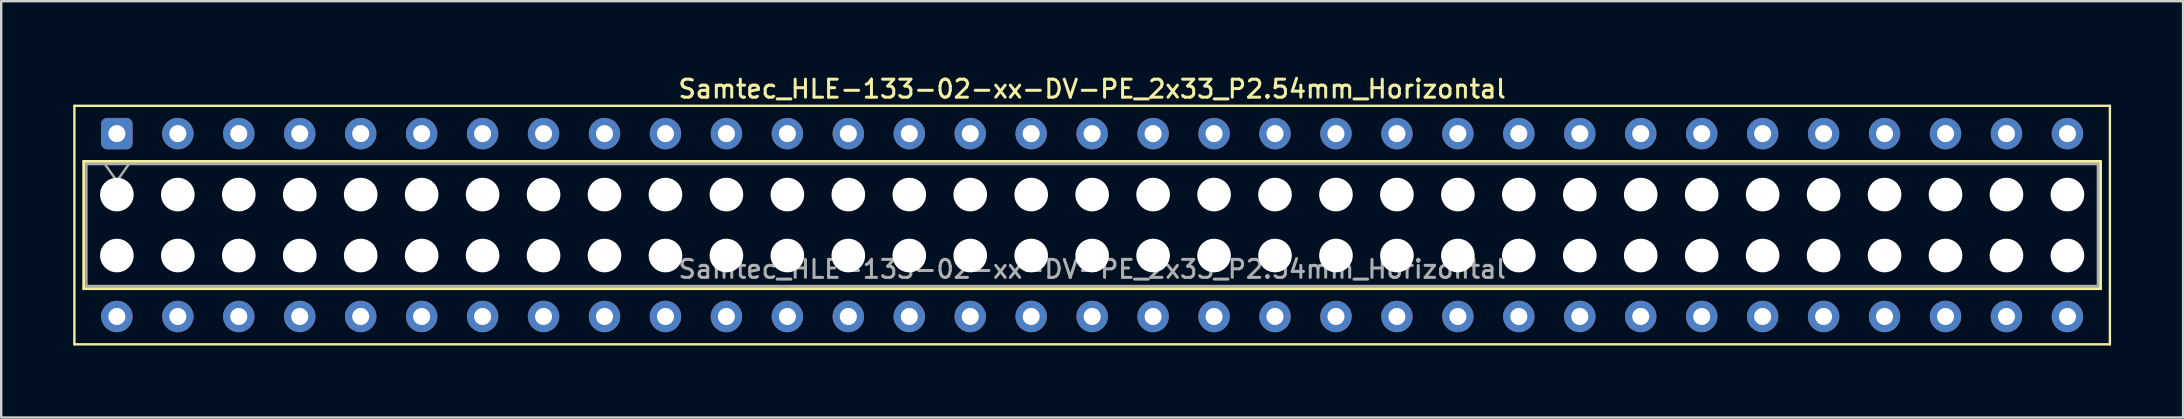
<source format=kicad_pcb>
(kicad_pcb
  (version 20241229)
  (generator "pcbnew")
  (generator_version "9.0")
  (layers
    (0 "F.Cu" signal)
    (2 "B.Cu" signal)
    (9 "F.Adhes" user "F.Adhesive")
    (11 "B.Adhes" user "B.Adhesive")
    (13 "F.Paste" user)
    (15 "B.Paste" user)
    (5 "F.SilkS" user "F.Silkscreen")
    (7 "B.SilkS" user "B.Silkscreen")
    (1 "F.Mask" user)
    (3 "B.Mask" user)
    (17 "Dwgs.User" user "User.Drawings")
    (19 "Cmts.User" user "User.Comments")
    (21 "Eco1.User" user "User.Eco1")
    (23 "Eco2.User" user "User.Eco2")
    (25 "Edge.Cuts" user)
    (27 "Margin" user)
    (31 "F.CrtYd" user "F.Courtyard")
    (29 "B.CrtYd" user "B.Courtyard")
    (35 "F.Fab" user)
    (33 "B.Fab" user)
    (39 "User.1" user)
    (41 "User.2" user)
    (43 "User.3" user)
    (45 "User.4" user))
  (footprint "Samtec_HLE-133-02-xx-DV-PE_2x33_P2.54mm_Horizontal"
    (layer "F.Cu")
    (at 1.82 2.518)
    (property "Reference" "Samtec_HLE-133-02-xx-DV-PE_2x33_P2.54mm_Horizontal" (at 40.64 -1.86 0) (layer "F.SilkS") (effects (font (size 0.75 0.75) (thickness 0.125))))
    (attr through_hole)
    (fp_line (start -1.77 -1.16) (end 83.05 -1.16) (stroke (width 0.1) (type solid)) (layer "F.SilkS"))
    (fp_line (start -1.77 8.78) (end -1.77 -1.16) (stroke (width 0.1) (type solid)) (layer "F.SilkS"))
    (fp_line (start -1.38 1.16) (end 82.66 1.16) (stroke (width 0.12) (type solid)) (layer "F.SilkS"))
    (fp_line (start -1.38 6.46) (end -1.38 1.16) (stroke (width 0.12) (type solid)) (layer "F.SilkS"))
    (fp_line (start 82.66 1.16) (end 82.66 6.46) (stroke (width 0.12) (type solid)) (layer "F.SilkS"))
    (fp_line (start 82.66 6.46) (end -1.38 6.46) (stroke (width 0.12) (type solid)) (layer "F.SilkS"))
    (fp_line (start 83.05 -1.16) (end 83.05 8.78) (stroke (width 0.1) (type solid)) (layer "F.SilkS"))
    (fp_line (start 83.05 8.78) (end -1.77 8.78) (stroke (width 0.1) (type solid)) (layer "F.SilkS"))
    (fp_line (start -1.27 1.27) (end 82.55 1.27) (stroke (width 0.1) (type solid)) (layer "F.Fab"))
    (fp_line (start -1.27 6.35) (end -1.27 1.27) (stroke (width 0.1) (type solid)) (layer "F.Fab"))
    (fp_line (start -0.5 1.27) (end 0 1.977) (stroke (width 0.1) (type solid)) (layer "F.Fab"))
    (fp_line (start 0 1.977) (end 0.5 1.27) (stroke (width 0.1) (type solid)) (layer "F.Fab"))
    (fp_line (start 82.55 1.27) (end 82.55 6.35) (stroke (width 0.1) (type solid)) (layer "F.Fab"))
    (fp_line (start 82.55 6.35) (end -1.27 6.35) (stroke (width 0.1) (type solid)) (layer "F.Fab"))
    (fp_text user "${REFERENCE}" (at 40.64 5.65 0) (layer "F.Fab") (effects (font (size 0.75 0.75) (thickness 0.125))))
    (pad "" np_thru_hole circle (at 0 2.54) (size 1.4 1.4) (drill 1.4) (layers "*.Cu" "*.Mask"))
    (pad "" np_thru_hole circle (at 0 5.08) (size 1.4 1.4) (drill 1.4) (layers "*.Cu" "*.Mask"))
    (pad "" np_thru_hole circle (at 2.54 2.54) (size 1.4 1.4) (drill 1.4) (layers "*.Cu" "*.Mask"))
    (pad "" np_thru_hole circle (at 2.54 5.08) (size 1.4 1.4) (drill 1.4) (layers "*.Cu" "*.Mask"))
    (pad "" np_thru_hole circle (at 5.08 2.54) (size 1.4 1.4) (drill 1.4) (layers "*.Cu" "*.Mask"))
    (pad "" np_thru_hole circle (at 5.08 5.08) (size 1.4 1.4) (drill 1.4) (layers "*.Cu" "*.Mask"))
    (pad "" np_thru_hole circle (at 7.62 2.54) (size 1.4 1.4) (drill 1.4) (layers "*.Cu" "*.Mask"))
    (pad "" np_thru_hole circle (at 7.62 5.08) (size 1.4 1.4) (drill 1.4) (layers "*.Cu" "*.Mask"))
    (pad "" np_thru_hole circle (at 10.16 2.54) (size 1.4 1.4) (drill 1.4) (layers "*.Cu" "*.Mask"))
    (pad "" np_thru_hole circle (at 10.16 5.08) (size 1.4 1.4) (drill 1.4) (layers "*.Cu" "*.Mask"))
    (pad "" np_thru_hole circle (at 12.7 2.54) (size 1.4 1.4) (drill 1.4) (layers "*.Cu" "*.Mask"))
    (pad "" np_thru_hole circle (at 12.7 5.08) (size 1.4 1.4) (drill 1.4) (layers "*.Cu" "*.Mask"))
    (pad "" np_thru_hole circle (at 15.24 2.54) (size 1.4 1.4) (drill 1.4) (layers "*.Cu" "*.Mask"))
    (pad "" np_thru_hole circle (at 15.24 5.08) (size 1.4 1.4) (drill 1.4) (layers "*.Cu" "*.Mask"))
    (pad "" np_thru_hole circle (at 17.78 2.54) (size 1.4 1.4) (drill 1.4) (layers "*.Cu" "*.Mask"))
    (pad "" np_thru_hole circle (at 17.78 5.08) (size 1.4 1.4) (drill 1.4) (layers "*.Cu" "*.Mask"))
    (pad "" np_thru_hole circle (at 20.32 2.54) (size 1.4 1.4) (drill 1.4) (layers "*.Cu" "*.Mask"))
    (pad "" np_thru_hole circle (at 20.32 5.08) (size 1.4 1.4) (drill 1.4) (layers "*.Cu" "*.Mask"))
    (pad "" np_thru_hole circle (at 22.86 2.54) (size 1.4 1.4) (drill 1.4) (layers "*.Cu" "*.Mask"))
    (pad "" np_thru_hole circle (at 22.86 5.08) (size 1.4 1.4) (drill 1.4) (layers "*.Cu" "*.Mask"))
    (pad "" np_thru_hole circle (at 25.4 2.54) (size 1.4 1.4) (drill 1.4) (layers "*.Cu" "*.Mask"))
    (pad "" np_thru_hole circle (at 25.4 5.08) (size 1.4 1.4) (drill 1.4) (layers "*.Cu" "*.Mask"))
    (pad "" np_thru_hole circle (at 27.94 2.54) (size 1.4 1.4) (drill 1.4) (layers "*.Cu" "*.Mask"))
    (pad "" np_thru_hole circle (at 27.94 5.08) (size 1.4 1.4) (drill 1.4) (layers "*.Cu" "*.Mask"))
    (pad "" np_thru_hole circle (at 30.48 2.54) (size 1.4 1.4) (drill 1.4) (layers "*.Cu" "*.Mask"))
    (pad "" np_thru_hole circle (at 30.48 5.08) (size 1.4 1.4) (drill 1.4) (layers "*.Cu" "*.Mask"))
    (pad "" np_thru_hole circle (at 33.02 2.54) (size 1.4 1.4) (drill 1.4) (layers "*.Cu" "*.Mask"))
    (pad "" np_thru_hole circle (at 33.02 5.08) (size 1.4 1.4) (drill 1.4) (layers "*.Cu" "*.Mask"))
    (pad "" np_thru_hole circle (at 35.56 2.54) (size 1.4 1.4) (drill 1.4) (layers "*.Cu" "*.Mask"))
    (pad "" np_thru_hole circle (at 35.56 5.08) (size 1.4 1.4) (drill 1.4) (layers "*.Cu" "*.Mask"))
    (pad "" np_thru_hole circle (at 38.1 2.54) (size 1.4 1.4) (drill 1.4) (layers "*.Cu" "*.Mask"))
    (pad "" np_thru_hole circle (at 38.1 5.08) (size 1.4 1.4) (drill 1.4) (layers "*.Cu" "*.Mask"))
    (pad "" np_thru_hole circle (at 40.64 2.54) (size 1.4 1.4) (drill 1.4) (layers "*.Cu" "*.Mask"))
    (pad "" np_thru_hole circle (at 40.64 5.08) (size 1.4 1.4) (drill 1.4) (layers "*.Cu" "*.Mask"))
    (pad "" np_thru_hole circle (at 43.18 2.54) (size 1.4 1.4) (drill 1.4) (layers "*.Cu" "*.Mask"))
    (pad "" np_thru_hole circle (at 43.18 5.08) (size 1.4 1.4) (drill 1.4) (layers "*.Cu" "*.Mask"))
    (pad "" np_thru_hole circle (at 45.72 2.54) (size 1.4 1.4) (drill 1.4) (layers "*.Cu" "*.Mask"))
    (pad "" np_thru_hole circle (at 45.72 5.08) (size 1.4 1.4) (drill 1.4) (layers "*.Cu" "*.Mask"))
    (pad "" np_thru_hole circle (at 48.26 2.54) (size 1.4 1.4) (drill 1.4) (layers "*.Cu" "*.Mask"))
    (pad "" np_thru_hole circle (at 48.26 5.08) (size 1.4 1.4) (drill 1.4) (layers "*.Cu" "*.Mask"))
    (pad "" np_thru_hole circle (at 50.8 2.54) (size 1.4 1.4) (drill 1.4) (layers "*.Cu" "*.Mask"))
    (pad "" np_thru_hole circle (at 50.8 5.08) (size 1.4 1.4) (drill 1.4) (layers "*.Cu" "*.Mask"))
    (pad "" np_thru_hole circle (at 53.34 2.54) (size 1.4 1.4) (drill 1.4) (layers "*.Cu" "*.Mask"))
    (pad "" np_thru_hole circle (at 53.34 5.08) (size 1.4 1.4) (drill 1.4) (layers "*.Cu" "*.Mask"))
    (pad "" np_thru_hole circle (at 55.88 2.54) (size 1.4 1.4) (drill 1.4) (layers "*.Cu" "*.Mask"))
    (pad "" np_thru_hole circle (at 55.88 5.08) (size 1.4 1.4) (drill 1.4) (layers "*.Cu" "*.Mask"))
    (pad "" np_thru_hole circle (at 58.42 2.54) (size 1.4 1.4) (drill 1.4) (layers "*.Cu" "*.Mask"))
    (pad "" np_thru_hole circle (at 58.42 5.08) (size 1.4 1.4) (drill 1.4) (layers "*.Cu" "*.Mask"))
    (pad "" np_thru_hole circle (at 60.96 2.54) (size 1.4 1.4) (drill 1.4) (layers "*.Cu" "*.Mask"))
    (pad "" np_thru_hole circle (at 60.96 5.08) (size 1.4 1.4) (drill 1.4) (layers "*.Cu" "*.Mask"))
    (pad "" np_thru_hole circle (at 63.5 2.54) (size 1.4 1.4) (drill 1.4) (layers "*.Cu" "*.Mask"))
    (pad "" np_thru_hole circle (at 63.5 5.08) (size 1.4 1.4) (drill 1.4) (layers "*.Cu" "*.Mask"))
    (pad "" np_thru_hole circle (at 66.04 2.54) (size 1.4 1.4) (drill 1.4) (layers "*.Cu" "*.Mask"))
    (pad "" np_thru_hole circle (at 66.04 5.08) (size 1.4 1.4) (drill 1.4) (layers "*.Cu" "*.Mask"))
    (pad "" np_thru_hole circle (at 68.58 2.54) (size 1.4 1.4) (drill 1.4) (layers "*.Cu" "*.Mask"))
    (pad "" np_thru_hole circle (at 68.58 5.08) (size 1.4 1.4) (drill 1.4) (layers "*.Cu" "*.Mask"))
    (pad "" np_thru_hole circle (at 71.12 2.54) (size 1.4 1.4) (drill 1.4) (layers "*.Cu" "*.Mask"))
    (pad "" np_thru_hole circle (at 71.12 5.08) (size 1.4 1.4) (drill 1.4) (layers "*.Cu" "*.Mask"))
    (pad "" np_thru_hole circle (at 73.66 2.54) (size 1.4 1.4) (drill 1.4) (layers "*.Cu" "*.Mask"))
    (pad "" np_thru_hole circle (at 73.66 5.08) (size 1.4 1.4) (drill 1.4) (layers "*.Cu" "*.Mask"))
    (pad "" np_thru_hole circle (at 76.2 2.54) (size 1.4 1.4) (drill 1.4) (layers "*.Cu" "*.Mask"))
    (pad "" np_thru_hole circle (at 76.2 5.08) (size 1.4 1.4) (drill 1.4) (layers "*.Cu" "*.Mask"))
    (pad "" np_thru_hole circle (at 78.74 2.54) (size 1.4 1.4) (drill 1.4) (layers "*.Cu" "*.Mask"))
    (pad "" np_thru_hole circle (at 78.74 5.08) (size 1.4 1.4) (drill 1.4) (layers "*.Cu" "*.Mask"))
    (pad "" np_thru_hole circle (at 81.28 2.54) (size 1.4 1.4) (drill 1.4) (layers "*.Cu" "*.Mask"))
    (pad "" np_thru_hole circle (at 81.28 5.08) (size 1.4 1.4) (drill 1.4) (layers "*.Cu" "*.Mask"))
    (pad "1" thru_hole roundrect (at 0 0) (size 1.31 1.31) (drill 0.71) (layers "*.Cu" "*.Mask") (roundrect_rratio 0.191))
    (pad "2" thru_hole circle (at 0 7.62) (size 1.31 1.31) (drill 0.71) (layers "*.Cu" "*.Mask"))
    (pad "3" thru_hole circle (at 2.54 0) (size 1.31 1.31) (drill 0.71) (layers "*.Cu" "*.Mask"))
    (pad "4" thru_hole circle (at 2.54 7.62) (size 1.31 1.31) (drill 0.71) (layers "*.Cu" "*.Mask"))
    (pad "5" thru_hole circle (at 5.08 0) (size 1.31 1.31) (drill 0.71) (layers "*.Cu" "*.Mask"))
    (pad "6" thru_hole circle (at 5.08 7.62) (size 1.31 1.31) (drill 0.71) (layers "*.Cu" "*.Mask"))
    (pad "7" thru_hole circle (at 7.62 0) (size 1.31 1.31) (drill 0.71) (layers "*.Cu" "*.Mask"))
    (pad "8" thru_hole circle (at 7.62 7.62) (size 1.31 1.31) (drill 0.71) (layers "*.Cu" "*.Mask"))
    (pad "9" thru_hole circle (at 10.16 0) (size 1.31 1.31) (drill 0.71) (layers "*.Cu" "*.Mask"))
    (pad "10" thru_hole circle (at 10.16 7.62) (size 1.31 1.31) (drill 0.71) (layers "*.Cu" "*.Mask"))
    (pad "11" thru_hole circle (at 12.7 0) (size 1.31 1.31) (drill 0.71) (layers "*.Cu" "*.Mask"))
    (pad "12" thru_hole circle (at 12.7 7.62) (size 1.31 1.31) (drill 0.71) (layers "*.Cu" "*.Mask"))
    (pad "13" thru_hole circle (at 15.24 0) (size 1.31 1.31) (drill 0.71) (layers "*.Cu" "*.Mask"))
    (pad "14" thru_hole circle (at 15.24 7.62) (size 1.31 1.31) (drill 0.71) (layers "*.Cu" "*.Mask"))
    (pad "15" thru_hole circle (at 17.78 0) (size 1.31 1.31) (drill 0.71) (layers "*.Cu" "*.Mask"))
    (pad "16" thru_hole circle (at 17.78 7.62) (size 1.31 1.31) (drill 0.71) (layers "*.Cu" "*.Mask"))
    (pad "17" thru_hole circle (at 20.32 0) (size 1.31 1.31) (drill 0.71) (layers "*.Cu" "*.Mask"))
    (pad "18" thru_hole circle (at 20.32 7.62) (size 1.31 1.31) (drill 0.71) (layers "*.Cu" "*.Mask"))
    (pad "19" thru_hole circle (at 22.86 0) (size 1.31 1.31) (drill 0.71) (layers "*.Cu" "*.Mask"))
    (pad "20" thru_hole circle (at 22.86 7.62) (size 1.31 1.31) (drill 0.71) (layers "*.Cu" "*.Mask"))
    (pad "21" thru_hole circle (at 25.4 0) (size 1.31 1.31) (drill 0.71) (layers "*.Cu" "*.Mask"))
    (pad "22" thru_hole circle (at 25.4 7.62) (size 1.31 1.31) (drill 0.71) (layers "*.Cu" "*.Mask"))
    (pad "23" thru_hole circle (at 27.94 0) (size 1.31 1.31) (drill 0.71) (layers "*.Cu" "*.Mask"))
    (pad "24" thru_hole circle (at 27.94 7.62) (size 1.31 1.31) (drill 0.71) (layers "*.Cu" "*.Mask"))
    (pad "25" thru_hole circle (at 30.48 0) (size 1.31 1.31) (drill 0.71) (layers "*.Cu" "*.Mask"))
    (pad "26" thru_hole circle (at 30.48 7.62) (size 1.31 1.31) (drill 0.71) (layers "*.Cu" "*.Mask"))
    (pad "27" thru_hole circle (at 33.02 0) (size 1.31 1.31) (drill 0.71) (layers "*.Cu" "*.Mask"))
    (pad "28" thru_hole circle (at 33.02 7.62) (size 1.31 1.31) (drill 0.71) (layers "*.Cu" "*.Mask"))
    (pad "29" thru_hole circle (at 35.56 0) (size 1.31 1.31) (drill 0.71) (layers "*.Cu" "*.Mask"))
    (pad "30" thru_hole circle (at 35.56 7.62) (size 1.31 1.31) (drill 0.71) (layers "*.Cu" "*.Mask"))
    (pad "31" thru_hole circle (at 38.1 0) (size 1.31 1.31) (drill 0.71) (layers "*.Cu" "*.Mask"))
    (pad "32" thru_hole circle (at 38.1 7.62) (size 1.31 1.31) (drill 0.71) (layers "*.Cu" "*.Mask"))
    (pad "33" thru_hole circle (at 40.64 0) (size 1.31 1.31) (drill 0.71) (layers "*.Cu" "*.Mask"))
    (pad "34" thru_hole circle (at 40.64 7.62) (size 1.31 1.31) (drill 0.71) (layers "*.Cu" "*.Mask"))
    (pad "35" thru_hole circle (at 43.18 0) (size 1.31 1.31) (drill 0.71) (layers "*.Cu" "*.Mask"))
    (pad "36" thru_hole circle (at 43.18 7.62) (size 1.31 1.31) (drill 0.71) (layers "*.Cu" "*.Mask"))
    (pad "37" thru_hole circle (at 45.72 0) (size 1.31 1.31) (drill 0.71) (layers "*.Cu" "*.Mask"))
    (pad "38" thru_hole circle (at 45.72 7.62) (size 1.31 1.31) (drill 0.71) (layers "*.Cu" "*.Mask"))
    (pad "39" thru_hole circle (at 48.26 0) (size 1.31 1.31) (drill 0.71) (layers "*.Cu" "*.Mask"))
    (pad "40" thru_hole circle (at 48.26 7.62) (size 1.31 1.31) (drill 0.71) (layers "*.Cu" "*.Mask"))
    (pad "41" thru_hole circle (at 50.8 0) (size 1.31 1.31) (drill 0.71) (layers "*.Cu" "*.Mask"))
    (pad "42" thru_hole circle (at 50.8 7.62) (size 1.31 1.31) (drill 0.71) (layers "*.Cu" "*.Mask"))
    (pad "43" thru_hole circle (at 53.34 0) (size 1.31 1.31) (drill 0.71) (layers "*.Cu" "*.Mask"))
    (pad "44" thru_hole circle (at 53.34 7.62) (size 1.31 1.31) (drill 0.71) (layers "*.Cu" "*.Mask"))
    (pad "45" thru_hole circle (at 55.88 0) (size 1.31 1.31) (drill 0.71) (layers "*.Cu" "*.Mask"))
    (pad "46" thru_hole circle (at 55.88 7.62) (size 1.31 1.31) (drill 0.71) (layers "*.Cu" "*.Mask"))
    (pad "47" thru_hole circle (at 58.42 0) (size 1.31 1.31) (drill 0.71) (layers "*.Cu" "*.Mask"))
    (pad "48" thru_hole circle (at 58.42 7.62) (size 1.31 1.31) (drill 0.71) (layers "*.Cu" "*.Mask"))
    (pad "49" thru_hole circle (at 60.96 0) (size 1.31 1.31) (drill 0.71) (layers "*.Cu" "*.Mask"))
    (pad "50" thru_hole circle (at 60.96 7.62) (size 1.31 1.31) (drill 0.71) (layers "*.Cu" "*.Mask"))
    (pad "51" thru_hole circle (at 63.5 0) (size 1.31 1.31) (drill 0.71) (layers "*.Cu" "*.Mask"))
    (pad "52" thru_hole circle (at 63.5 7.62) (size 1.31 1.31) (drill 0.71) (layers "*.Cu" "*.Mask"))
    (pad "53" thru_hole circle (at 66.04 0) (size 1.31 1.31) (drill 0.71) (layers "*.Cu" "*.Mask"))
    (pad "54" thru_hole circle (at 66.04 7.62) (size 1.31 1.31) (drill 0.71) (layers "*.Cu" "*.Mask"))
    (pad "55" thru_hole circle (at 68.58 0) (size 1.31 1.31) (drill 0.71) (layers "*.Cu" "*.Mask"))
    (pad "56" thru_hole circle (at 68.58 7.62) (size 1.31 1.31) (drill 0.71) (layers "*.Cu" "*.Mask"))
    (pad "57" thru_hole circle (at 71.12 0) (size 1.31 1.31) (drill 0.71) (layers "*.Cu" "*.Mask"))
    (pad "58" thru_hole circle (at 71.12 7.62) (size 1.31 1.31) (drill 0.71) (layers "*.Cu" "*.Mask"))
    (pad "59" thru_hole circle (at 73.66 0) (size 1.31 1.31) (drill 0.71) (layers "*.Cu" "*.Mask"))
    (pad "60" thru_hole circle (at 73.66 7.62) (size 1.31 1.31) (drill 0.71) (layers "*.Cu" "*.Mask"))
    (pad "61" thru_hole circle (at 76.2 0) (size 1.31 1.31) (drill 0.71) (layers "*.Cu" "*.Mask"))
    (pad "62" thru_hole circle (at 76.2 7.62) (size 1.31 1.31) (drill 0.71) (layers "*.Cu" "*.Mask"))
    (pad "63" thru_hole circle (at 78.74 0) (size 1.31 1.31) (drill 0.71) (layers "*.Cu" "*.Mask"))
    (pad "64" thru_hole circle (at 78.74 7.62) (size 1.31 1.31) (drill 0.71) (layers "*.Cu" "*.Mask"))
    (pad "65" thru_hole circle (at 81.28 0) (size 1.31 1.31) (drill 0.71) (layers "*.Cu" "*.Mask"))
    (pad "66" thru_hole circle (at 81.28 7.62) (size 1.31 1.31) (drill 0.71) (layers "*.Cu" "*.Mask")))
  (gr_rect
    (start -3 -3)
    (end 87.92 14.348)
    (stroke (width 0.1) (type default))
    (fill no)
    (layer "Edge.Cuts")))
</source>
